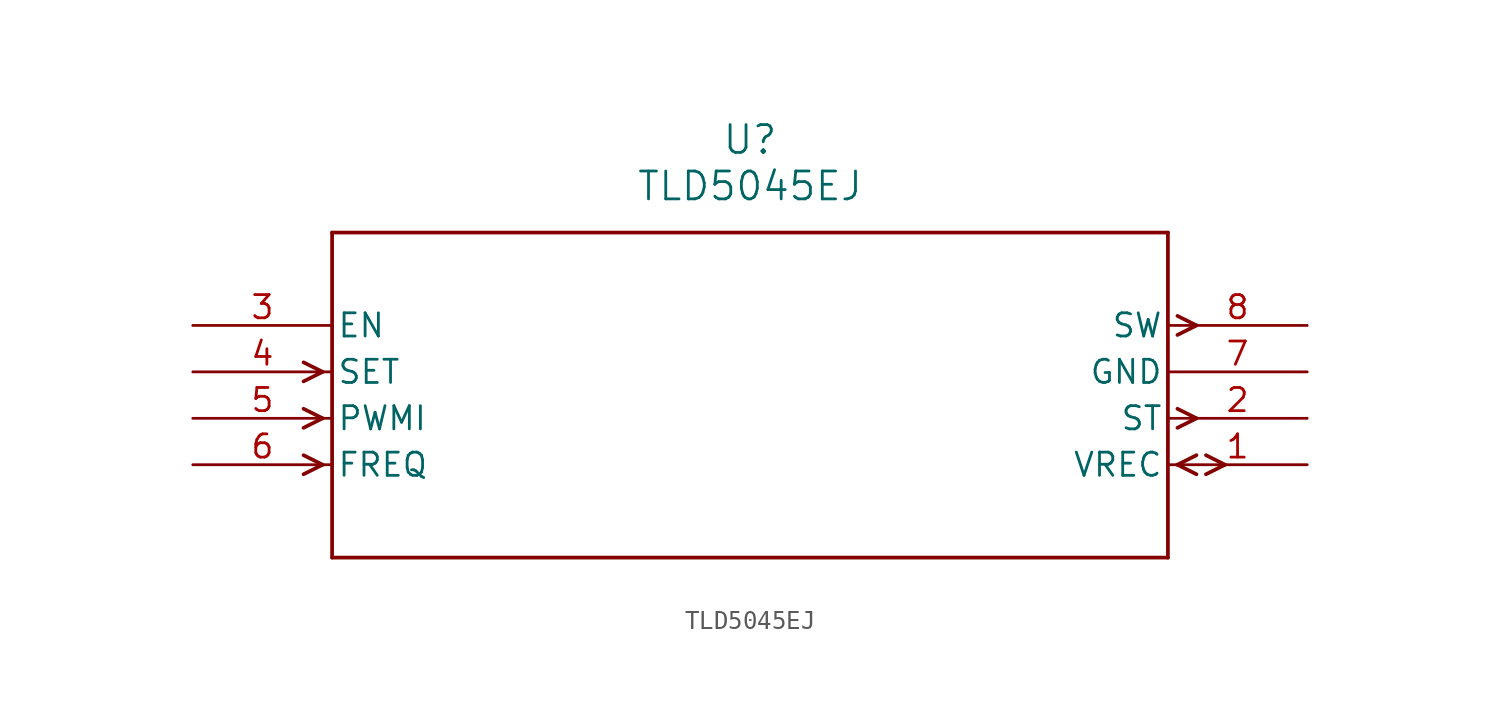
<source format=kicad_sym>
(kicad_symbol_lib
  (version 20211014)
  (generator kicad_symbol_editor)
  (symbol "TLD5045EJ"
    (pin_names
      (offset 0.254))
    (property "Reference" "U"
      (at 30.48 10.16 0)
      (effects (font (size 1.524 1.524))))
    (property "Value" "TLD5045EJ"
      (at 30.48 7.62 0)
      (effects (font (size 1.524 1.524))))
    (symbol "TLD5045EJ_0_1"
      (polyline (pts (xy 7.099 -2.54) (xy 6.058 -2.019)) (stroke (width 0.203) (type default) (color 0 0 0 0)) (fill (type none)))
      (polyline (pts (xy 7.099 -2.54) (xy 6.058 -3.061)) (stroke (width 0.203) (type default) (color 0 0 0 0)) (fill (type none)))
      (polyline (pts (xy 7.099 -5.08) (xy 6.058 -4.559)) (stroke (width 0.203) (type default) (color 0 0 0 0)) (fill (type none)))
      (polyline (pts (xy 7.099 -5.08) (xy 6.058 -5.601)) (stroke (width 0.203) (type default) (color 0 0 0 0)) (fill (type none)))
      (polyline (pts (xy 7.099 -7.62) (xy 6.058 -7.099)) (stroke (width 0.203) (type default) (color 0 0 0 0)) (fill (type none)))
      (polyline (pts (xy 7.099 -7.62) (xy 6.058 -8.141)) (stroke (width 0.203) (type default) (color 0 0 0 0)) (fill (type none)))
      (polyline (pts (xy 53.861 -7.62) (xy 54.902 -7.099)) (stroke (width 0.203) (type default) (color 0 0 0 0)) (fill (type none)))
      (polyline (pts (xy 53.861 -7.62) (xy 54.902 -8.141)) (stroke (width 0.203) (type default) (color 0 0 0 0)) (fill (type none)))
      (polyline (pts (xy 55.423 -7.099) (xy 56.464 -7.62)) (stroke (width 0.203) (type default) (color 0 0 0 0)) (fill (type none)))
      (polyline (pts (xy 55.423 -8.141) (xy 56.464 -7.62)) (stroke (width 0.203) (type default) (color 0 0 0 0)) (fill (type none)))
      (polyline (pts (xy 53.861 -4.559) (xy 54.902 -5.08)) (stroke (width 0.203) (type default) (color 0 0 0 0)) (fill (type none)))
      (polyline (pts (xy 53.861 -5.601) (xy 54.902 -5.08)) (stroke (width 0.203) (type default) (color 0 0 0 0)) (fill (type none)))
      (polyline (pts (xy 53.861 0.521) (xy 54.902 0)) (stroke (width 0.203) (type default) (color 0 0 0 0)) (fill (type none)))
      (polyline (pts (xy 53.861 -0.521) (xy 54.902 0)) (stroke (width 0.203) (type default) (color 0 0 0 0)) (fill (type none)))
      (polyline (pts (xy 7.62 5.08) (xy 7.62 -12.7)) (stroke (width 0.203) (type default) (color 0 0 0 0)) (fill (type none)))
      (polyline (pts (xy 7.62 -12.7) (xy 53.34 -12.7)) (stroke (width 0.203) (type default) (color 0 0 0 0)) (fill (type none)))
      (polyline (pts (xy 53.34 -12.7) (xy 53.34 5.08)) (stroke (width 0.203) (type default) (color 0 0 0 0)) (fill (type none)))
      (polyline (pts (xy 53.34 5.08) (xy 7.62 5.08)) (stroke (width 0.203) (type default) (color 0 0 0 0)) (fill (type none)))
      (pin bidirectional line (at 60.96 -7.62 180) (length 7.62) (name "VREC" (effects (font (size 1.27 1.27)))) (number "1" (effects (font (size 1.27 1.27)))))
      (pin output line (at 60.96 -5.08 180) (length 7.62) (name "ST" (effects (font (size 1.27 1.27)))) (number "2" (effects (font (size 1.27 1.27)))))
      (pin unspecified line (at 0 0 0) (length 7.62) (name "EN" (effects (font (size 1.27 1.27)))) (number "3" (effects (font (size 1.27 1.27)))))
      (pin input line (at 0 -2.54 0) (length 7.62) (name "SET" (effects (font (size 1.27 1.27)))) (number "4" (effects (font (size 1.27 1.27)))))
      (pin input line (at 0 -5.08 0) (length 7.62) (name "PWMI" (effects (font (size 1.27 1.27)))) (number "5" (effects (font (size 1.27 1.27)))))
      (pin input line (at 0 -7.62 0) (length 7.62) (name "FREQ" (effects (font (size 1.27 1.27)))) (number "6" (effects (font (size 1.27 1.27)))))
      (pin power_in line (at 60.96 -2.54 180) (length 7.62) (name "GND" (effects (font (size 1.27 1.27)))) (number "7" (effects (font (size 1.27 1.27)))))
      (pin output line (at 60.96 0 180) (length 7.62) (name "SW" (effects (font (size 1.27 1.27)))) (number "8" (effects (font (size 1.27 1.27))))))))
</source>
